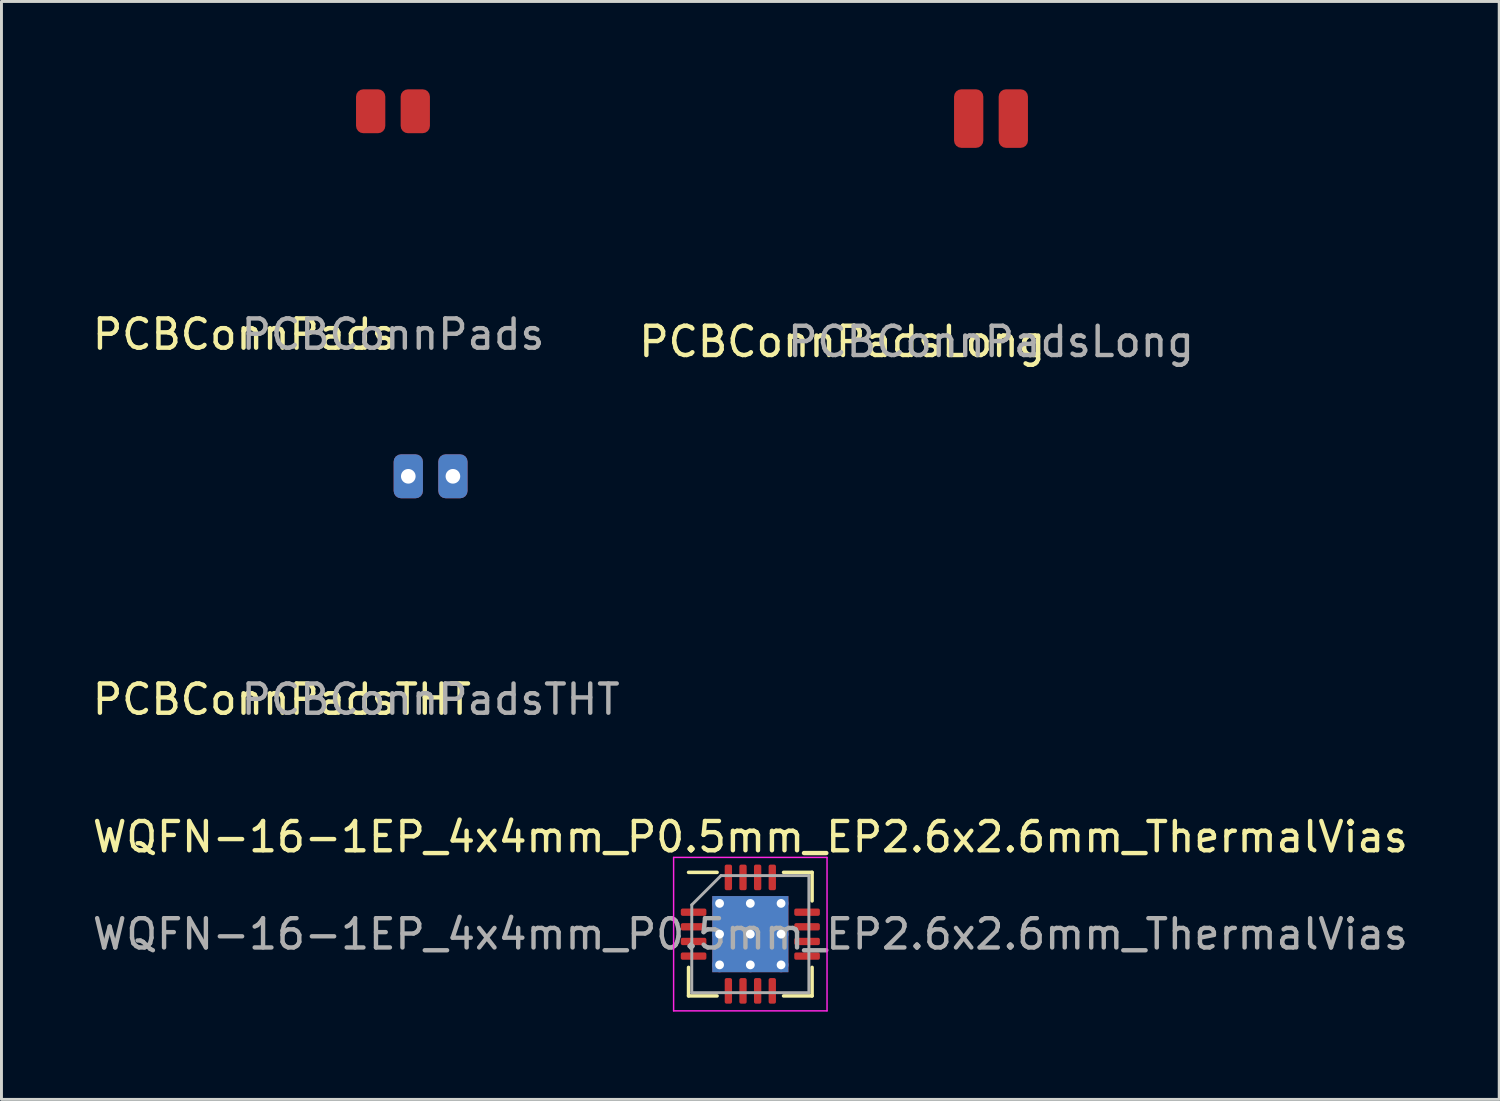
<source format=kicad_pcb>
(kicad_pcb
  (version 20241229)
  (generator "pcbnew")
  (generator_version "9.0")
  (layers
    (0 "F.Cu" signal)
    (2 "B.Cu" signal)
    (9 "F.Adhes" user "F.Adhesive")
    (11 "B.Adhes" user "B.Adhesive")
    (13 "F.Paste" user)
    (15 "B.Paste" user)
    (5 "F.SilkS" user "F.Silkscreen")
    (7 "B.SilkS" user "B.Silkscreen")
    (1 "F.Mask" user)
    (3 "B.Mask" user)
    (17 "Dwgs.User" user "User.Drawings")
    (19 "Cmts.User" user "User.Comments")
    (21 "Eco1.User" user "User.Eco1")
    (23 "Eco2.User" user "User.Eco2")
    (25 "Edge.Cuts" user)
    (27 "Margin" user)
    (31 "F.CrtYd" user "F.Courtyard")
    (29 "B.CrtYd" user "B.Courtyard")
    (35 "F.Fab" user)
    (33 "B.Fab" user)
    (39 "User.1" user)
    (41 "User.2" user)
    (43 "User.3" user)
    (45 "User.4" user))
  (footprint "WQFN-16-1EP_4x4mm_P0.5mm_EP2.6x2.6mm_ThermalVias"
    (layer "F.Cu")
    (at 22.577 28.855)
    (property "Reference" "WQFN-16-1EP_4x4mm_P0.5mm_EP2.6x2.6mm_ThermalVias" (at 0 -3.32 0) (layer "F.SilkS") (effects (font (size 1 1) (thickness 0.15))))
    (attr smd)
    (fp_line (start -2.11 2.11) (end -2.11 1.135) (stroke (width 0.12) (type solid)) (layer "F.SilkS"))
    (fp_line (start -1.135 -2.11) (end -2.11 -2.11) (stroke (width 0.12) (type solid)) (layer "F.SilkS"))
    (fp_line (start -1.135 2.11) (end -2.11 2.11) (stroke (width 0.12) (type solid)) (layer "F.SilkS"))
    (fp_line (start 1.135 -2.11) (end 2.11 -2.11) (stroke (width 0.12) (type solid)) (layer "F.SilkS"))
    (fp_line (start 1.135 2.11) (end 2.11 2.11) (stroke (width 0.12) (type solid)) (layer "F.SilkS"))
    (fp_line (start 2.11 -2.11) (end 2.11 -1.135) (stroke (width 0.12) (type solid)) (layer "F.SilkS"))
    (fp_line (start 2.11 2.11) (end 2.11 1.135) (stroke (width 0.12) (type solid)) (layer "F.SilkS"))
    (fp_line (start -2.62 -2.62) (end -2.62 2.62) (stroke (width 0.05) (type solid)) (layer "F.CrtYd"))
    (fp_line (start -2.62 2.62) (end 2.62 2.62) (stroke (width 0.05) (type solid)) (layer "F.CrtYd"))
    (fp_line (start 2.62 -2.62) (end -2.62 -2.62) (stroke (width 0.05) (type solid)) (layer "F.CrtYd"))
    (fp_line (start 2.62 2.62) (end 2.62 -2.62) (stroke (width 0.05) (type solid)) (layer "F.CrtYd"))
    (fp_line (start -2 -1) (end -1 -2) (stroke (width 0.1) (type solid)) (layer "F.Fab"))
    (fp_line (start -2 2) (end -2 -1) (stroke (width 0.1) (type solid)) (layer "F.Fab"))
    (fp_line (start -1 -2) (end 2 -2) (stroke (width 0.1) (type solid)) (layer "F.Fab"))
    (fp_line (start 2 -2) (end 2 2) (stroke (width 0.1) (type solid)) (layer "F.Fab"))
    (fp_line (start 2 2) (end -2 2) (stroke (width 0.1) (type solid)) (layer "F.Fab"))
    (fp_text user "${REFERENCE}" (at 0 0 0) (layer "F.Fab") (effects (font (size 1 1) (thickness 0.15))))
    (pad "" smd roundrect (at -0.65 -0.65) (size 1.13 1.13) (layers "F.Paste") (roundrect_rratio 0.221))
    (pad "" smd roundrect (at -0.65 0.65) (size 1.13 1.13) (layers "F.Paste") (roundrect_rratio 0.221))
    (pad "" smd roundrect (at 0.65 -0.65) (size 1.13 1.13) (layers "F.Paste") (roundrect_rratio 0.221))
    (pad "" smd roundrect (at 0.65 0.65) (size 1.13 1.13) (layers "F.Paste") (roundrect_rratio 0.221))
    (pad "1" smd roundrect (at -1.938 -0.75) (size 0.875 0.25) (layers "F.Cu" "F.Mask" "F.Paste") (roundrect_rratio 0.25))
    (pad "2" smd roundrect (at -1.938 -0.25) (size 0.875 0.25) (layers "F.Cu" "F.Mask" "F.Paste") (roundrect_rratio 0.25))
    (pad "3" smd roundrect (at -1.938 0.25) (size 0.875 0.25) (layers "F.Cu" "F.Mask" "F.Paste") (roundrect_rratio 0.25))
    (pad "4" smd roundrect (at -1.938 0.75) (size 0.875 0.25) (layers "F.Cu" "F.Mask" "F.Paste") (roundrect_rratio 0.25))
    (pad "5" smd roundrect (at -0.75 1.938) (size 0.25 0.875) (layers "F.Cu" "F.Mask" "F.Paste") (roundrect_rratio 0.25))
    (pad "6" smd roundrect (at -0.25 1.938) (size 0.25 0.875) (layers "F.Cu" "F.Mask" "F.Paste") (roundrect_rratio 0.25))
    (pad "7" smd roundrect (at 0.25 1.938) (size 0.25 0.875) (layers "F.Cu" "F.Mask" "F.Paste") (roundrect_rratio 0.25))
    (pad "8" smd roundrect (at 0.75 1.938) (size 0.25 0.875) (layers "F.Cu" "F.Mask" "F.Paste") (roundrect_rratio 0.25))
    (pad "9" smd roundrect (at 1.938 0.75) (size 0.875 0.25) (layers "F.Cu" "F.Mask" "F.Paste") (roundrect_rratio 0.25))
    (pad "10" smd roundrect (at 1.938 0.25) (size 0.875 0.25) (layers "F.Cu" "F.Mask" "F.Paste") (roundrect_rratio 0.25))
    (pad "11" smd roundrect (at 1.938 -0.25) (size 0.875 0.25) (layers "F.Cu" "F.Mask" "F.Paste") (roundrect_rratio 0.25))
    (pad "12" smd roundrect (at 1.938 -0.75) (size 0.875 0.25) (layers "F.Cu" "F.Mask" "F.Paste") (roundrect_rratio 0.25))
    (pad "13" smd roundrect (at 0.75 -1.938) (size 0.25 0.875) (layers "F.Cu" "F.Mask" "F.Paste") (roundrect_rratio 0.25))
    (pad "14" smd roundrect (at 0.25 -1.938) (size 0.25 0.875) (layers "F.Cu" "F.Mask" "F.Paste") (roundrect_rratio 0.25))
    (pad "15" smd roundrect (at -0.25 -1.938) (size 0.25 0.875) (layers "F.Cu" "F.Mask" "F.Paste") (roundrect_rratio 0.25))
    (pad "16" smd roundrect (at -0.75 -1.938) (size 0.25 0.875) (layers "F.Cu" "F.Mask" "F.Paste") (roundrect_rratio 0.25))
    (pad "17" thru_hole circle (at -1.05 -1.05) (size 0.5 0.5) (drill 0.3) (layers "*.Cu"))
    (pad "17" thru_hole circle (at -1.05 0) (size 0.5 0.5) (drill 0.3) (layers "*.Cu"))
    (pad "17" thru_hole circle (at -1.05 1.05) (size 0.5 0.5) (drill 0.3) (layers "*.Cu"))
    (pad "17" thru_hole circle (at 0 -1.05) (size 0.5 0.5) (drill 0.3) (layers "*.Cu"))
    (pad "17" thru_hole circle (at 0 0) (size 0.5 0.5) (drill 0.3) (layers "*.Cu"))
    (pad "17" smd rect (at 0 0) (size 2.6 2.6) (layers "F.Cu" "F.Mask"))
    (pad "17" smd rect (at 0 0) (size 2.6 2.6) (layers "B.Cu"))
    (pad "17" thru_hole circle (at 0 1.05) (size 0.5 0.5) (drill 0.3) (layers "*.Cu"))
    (pad "17" thru_hole circle (at 1.05 -1.05) (size 0.5 0.5) (drill 0.3) (layers "*.Cu"))
    (pad "17" thru_hole circle (at 1.05 0) (size 0.5 0.5) (drill 0.3) (layers "*.Cu"))
    (pad "17" thru_hole circle (at 1.05 1.05) (size 0.5 0.5) (drill 0.3) (layers "*.Cu")))
  (footprint "PCBConnPadsLong"
    (layer "F.Cu")
    (at 30.797 1)
    (property "Reference" "PCBConnPadsLong" (at -5.08 7.62 0) (unlocked yes) (layer "F.SilkS") (effects (font (size 1 1) (thickness 0.15))))
    (attr smd)
    (fp_text user "${REFERENCE}" (at 0 7.62 0) (unlocked yes) (layer "F.Fab") (effects (font (size 1 1) (thickness 0.15))))
    (pad "1" smd roundrect (at -0.762 0) (size 1 2) (layers "F.Cu" "F.Mask") (roundrect_rratio 0.25))
    (pad "2" smd roundrect (at 0.762 0) (size 1 2) (layers "F.Cu" "F.Mask") (roundrect_rratio 0.25)))
  (footprint "PCBConnPads"
    (layer "F.Cu")
    (at 10.372 0.75)
    (property "Reference" "PCBConnPads" (at -5.08 7.62 0) (unlocked yes) (layer "F.SilkS") (effects (font (size 1 1) (thickness 0.15))))
    (attr smd)
    (fp_text user "${REFERENCE}" (at 0 7.62 0) (unlocked yes) (layer "F.Fab") (effects (font (size 1 1) (thickness 0.15))))
    (pad "1" smd roundrect (at -0.762 0) (size 1 1.5) (layers "F.Cu" "F.Mask") (roundrect_rratio 0.25))
    (pad "2" smd roundrect (at 0.762 0) (size 1 1.5) (layers "F.Cu" "F.Mask") (roundrect_rratio 0.25)))
  (footprint "PCBConnPadsTHT"
    (layer "F.Cu")
    (at 11.657 13.218)
    (property "Reference" "PCBConnPadsTHT" (at -5.08 7.62 0) (unlocked yes) (layer "F.SilkS") (effects (font (size 1 1) (thickness 0.15))))
    (attr through_hole)
    (fp_text user "${REFERENCE}" (at 0 7.62 0) (unlocked yes) (layer "F.Fab") (effects (font (size 1 1) (thickness 0.15))))
    (pad "1" thru_hole roundrect (at -0.762 0) (size 1 1.5) (drill 0.5) (layers "*.Cu" "*.Mask") (roundrect_rratio 0.25))
    (pad "2" thru_hole roundrect (at 0.762 0) (size 1 1.5) (drill 0.5) (layers "*.Cu" "*.Mask") (roundrect_rratio 0.25)))
  (gr_rect
    (start -3 -3)
    (end 48.155 34.5)
    (stroke (width 0.1) (type default))
    (fill no)
    (layer "Edge.Cuts")))
</source>
